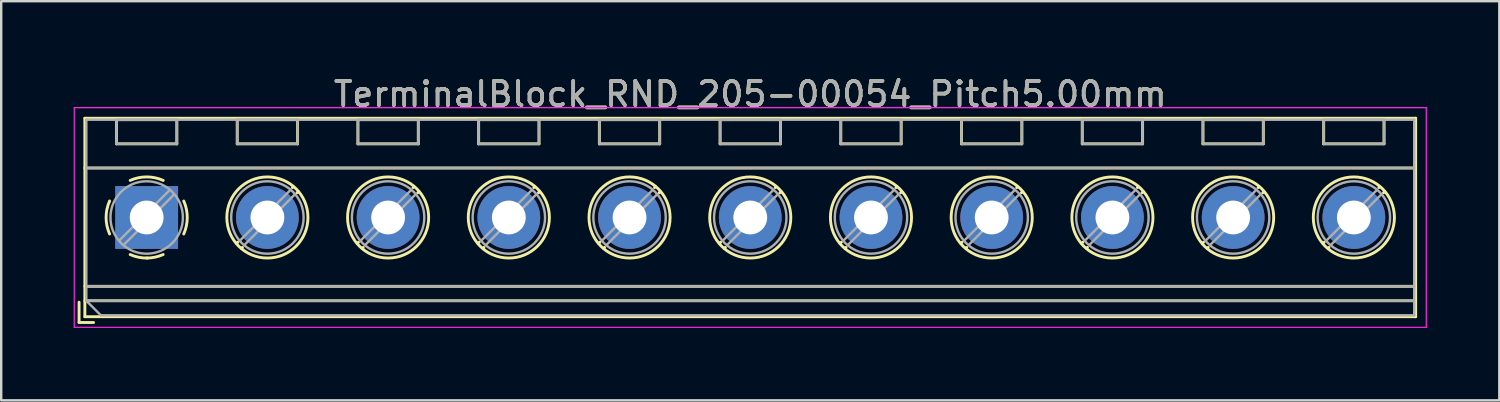
<source format=kicad_pcb>
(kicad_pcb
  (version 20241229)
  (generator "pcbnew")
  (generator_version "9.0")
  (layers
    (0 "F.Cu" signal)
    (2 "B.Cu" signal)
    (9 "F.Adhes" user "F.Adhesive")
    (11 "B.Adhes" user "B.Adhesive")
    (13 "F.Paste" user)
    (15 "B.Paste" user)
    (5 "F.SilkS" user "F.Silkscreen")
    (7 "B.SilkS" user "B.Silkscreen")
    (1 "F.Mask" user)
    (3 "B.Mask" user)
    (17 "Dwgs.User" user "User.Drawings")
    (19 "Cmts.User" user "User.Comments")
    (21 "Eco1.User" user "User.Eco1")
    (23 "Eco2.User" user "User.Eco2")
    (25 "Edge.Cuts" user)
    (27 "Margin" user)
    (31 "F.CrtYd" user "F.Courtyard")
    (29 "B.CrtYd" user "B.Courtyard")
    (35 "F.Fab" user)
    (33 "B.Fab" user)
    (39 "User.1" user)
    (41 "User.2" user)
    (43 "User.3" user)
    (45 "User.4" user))
  (footprint "TerminalBlock_RND_205-00054_Pitch5.00mm"
    (layer "F.Cu")
    (at 3.025 5.958)
    (property "Reference" "TerminalBlock_RND_205-00054_Pitch5.00mm" (at 25 -5.11 0) (layer "F.SilkS") (effects (font (size 1 1) (thickness 0.15))))
    (attr through_hole)
    (fp_line (start -2.8 3.51) (end -2.8 4.35) (stroke (width 0.12) (type solid)) (layer "F.SilkS"))
    (fp_line (start -2.8 4.35) (end -2.2 4.35) (stroke (width 0.12) (type solid)) (layer "F.SilkS"))
    (fp_line (start -2.56 -4.11) (end -2.56 4.11) (stroke (width 0.12) (type solid)) (layer "F.SilkS"))
    (fp_line (start -2.56 -2.05) (end 52.56 -2.05) (stroke (width 0.12) (type solid)) (layer "F.SilkS"))
    (fp_line (start -2.56 2.85) (end 52.56 2.85) (stroke (width 0.12) (type solid)) (layer "F.SilkS"))
    (fp_line (start -2.56 3.45) (end 52.56 3.45) (stroke (width 0.12) (type solid)) (layer "F.SilkS"))
    (fp_line (start -2.56 4.11) (end 52.56 4.11) (stroke (width 0.12) (type solid)) (layer "F.SilkS"))
    (fp_line (start -1.25 -4.05) (end -1.25 -3.05) (stroke (width 0.12) (type solid)) (layer "F.SilkS"))
    (fp_line (start -1.25 -4.05) (end 1.25 -4.05) (stroke (width 0.12) (type solid)) (layer "F.SilkS"))
    (fp_line (start -1.25 -3.05) (end 1.25 -3.05) (stroke (width 0.12) (type solid)) (layer "F.SilkS"))
    (fp_line (start 1.25 -4.05) (end 1.25 -3.05) (stroke (width 0.12) (type solid)) (layer "F.SilkS"))
    (fp_line (start 3.75 -4.05) (end 3.75 -3.05) (stroke (width 0.12) (type solid)) (layer "F.SilkS"))
    (fp_line (start 3.75 -4.05) (end 6.25 -4.05) (stroke (width 0.12) (type solid)) (layer "F.SilkS"))
    (fp_line (start 3.75 -3.05) (end 6.25 -3.05) (stroke (width 0.12) (type solid)) (layer "F.SilkS"))
    (fp_line (start 3.773 1.023) (end 3.726 1.069) (stroke (width 0.12) (type solid)) (layer "F.SilkS"))
    (fp_line (start 3.966 1.239) (end 3.931 1.274) (stroke (width 0.12) (type solid)) (layer "F.SilkS"))
    (fp_line (start 6.07 -1.275) (end 6.035 -1.239) (stroke (width 0.12) (type solid)) (layer "F.SilkS"))
    (fp_line (start 6.25 -4.05) (end 6.25 -3.05) (stroke (width 0.12) (type solid)) (layer "F.SilkS"))
    (fp_line (start 6.275 -1.069) (end 6.228 -1.023) (stroke (width 0.12) (type solid)) (layer "F.SilkS"))
    (fp_line (start 8.75 -4.05) (end 8.75 -3.05) (stroke (width 0.12) (type solid)) (layer "F.SilkS"))
    (fp_line (start 8.75 -4.05) (end 11.25 -4.05) (stroke (width 0.12) (type solid)) (layer "F.SilkS"))
    (fp_line (start 8.75 -3.05) (end 11.25 -3.05) (stroke (width 0.12) (type solid)) (layer "F.SilkS"))
    (fp_line (start 8.773 1.023) (end 8.726 1.069) (stroke (width 0.12) (type solid)) (layer "F.SilkS"))
    (fp_line (start 8.966 1.239) (end 8.931 1.274) (stroke (width 0.12) (type solid)) (layer "F.SilkS"))
    (fp_line (start 11.07 -1.275) (end 11.035 -1.239) (stroke (width 0.12) (type solid)) (layer "F.SilkS"))
    (fp_line (start 11.25 -4.05) (end 11.25 -3.05) (stroke (width 0.12) (type solid)) (layer "F.SilkS"))
    (fp_line (start 11.275 -1.069) (end 11.228 -1.023) (stroke (width 0.12) (type solid)) (layer "F.SilkS"))
    (fp_line (start 13.75 -4.05) (end 13.75 -3.05) (stroke (width 0.12) (type solid)) (layer "F.SilkS"))
    (fp_line (start 13.75 -4.05) (end 16.25 -4.05) (stroke (width 0.12) (type solid)) (layer "F.SilkS"))
    (fp_line (start 13.75 -3.05) (end 16.25 -3.05) (stroke (width 0.12) (type solid)) (layer "F.SilkS"))
    (fp_line (start 13.773 1.023) (end 13.726 1.069) (stroke (width 0.12) (type solid)) (layer "F.SilkS"))
    (fp_line (start 13.966 1.239) (end 13.931 1.274) (stroke (width 0.12) (type solid)) (layer "F.SilkS"))
    (fp_line (start 16.07 -1.275) (end 16.035 -1.239) (stroke (width 0.12) (type solid)) (layer "F.SilkS"))
    (fp_line (start 16.25 -4.05) (end 16.25 -3.05) (stroke (width 0.12) (type solid)) (layer "F.SilkS"))
    (fp_line (start 16.275 -1.069) (end 16.228 -1.023) (stroke (width 0.12) (type solid)) (layer "F.SilkS"))
    (fp_line (start 18.75 -4.05) (end 18.75 -3.05) (stroke (width 0.12) (type solid)) (layer "F.SilkS"))
    (fp_line (start 18.75 -4.05) (end 21.25 -4.05) (stroke (width 0.12) (type solid)) (layer "F.SilkS"))
    (fp_line (start 18.75 -3.05) (end 21.25 -3.05) (stroke (width 0.12) (type solid)) (layer "F.SilkS"))
    (fp_line (start 18.773 1.023) (end 18.726 1.069) (stroke (width 0.12) (type solid)) (layer "F.SilkS"))
    (fp_line (start 18.966 1.239) (end 18.931 1.274) (stroke (width 0.12) (type solid)) (layer "F.SilkS"))
    (fp_line (start 21.07 -1.275) (end 21.035 -1.239) (stroke (width 0.12) (type solid)) (layer "F.SilkS"))
    (fp_line (start 21.25 -4.05) (end 21.25 -3.05) (stroke (width 0.12) (type solid)) (layer "F.SilkS"))
    (fp_line (start 21.275 -1.069) (end 21.228 -1.023) (stroke (width 0.12) (type solid)) (layer "F.SilkS"))
    (fp_line (start 23.75 -4.05) (end 23.75 -3.05) (stroke (width 0.12) (type solid)) (layer "F.SilkS"))
    (fp_line (start 23.75 -4.05) (end 26.25 -4.05) (stroke (width 0.12) (type solid)) (layer "F.SilkS"))
    (fp_line (start 23.75 -3.05) (end 26.25 -3.05) (stroke (width 0.12) (type solid)) (layer "F.SilkS"))
    (fp_line (start 23.773 1.023) (end 23.726 1.069) (stroke (width 0.12) (type solid)) (layer "F.SilkS"))
    (fp_line (start 23.966 1.239) (end 23.931 1.274) (stroke (width 0.12) (type solid)) (layer "F.SilkS"))
    (fp_line (start 26.07 -1.275) (end 26.035 -1.239) (stroke (width 0.12) (type solid)) (layer "F.SilkS"))
    (fp_line (start 26.25 -4.05) (end 26.25 -3.05) (stroke (width 0.12) (type solid)) (layer "F.SilkS"))
    (fp_line (start 26.275 -1.069) (end 26.228 -1.023) (stroke (width 0.12) (type solid)) (layer "F.SilkS"))
    (fp_line (start 28.75 -4.05) (end 28.75 -3.05) (stroke (width 0.12) (type solid)) (layer "F.SilkS"))
    (fp_line (start 28.75 -4.05) (end 31.25 -4.05) (stroke (width 0.12) (type solid)) (layer "F.SilkS"))
    (fp_line (start 28.75 -3.05) (end 31.25 -3.05) (stroke (width 0.12) (type solid)) (layer "F.SilkS"))
    (fp_line (start 28.773 1.023) (end 28.726 1.069) (stroke (width 0.12) (type solid)) (layer "F.SilkS"))
    (fp_line (start 28.966 1.239) (end 28.931 1.274) (stroke (width 0.12) (type solid)) (layer "F.SilkS"))
    (fp_line (start 31.07 -1.275) (end 31.035 -1.239) (stroke (width 0.12) (type solid)) (layer "F.SilkS"))
    (fp_line (start 31.25 -4.05) (end 31.25 -3.05) (stroke (width 0.12) (type solid)) (layer "F.SilkS"))
    (fp_line (start 31.275 -1.069) (end 31.228 -1.023) (stroke (width 0.12) (type solid)) (layer "F.SilkS"))
    (fp_line (start 33.75 -4.05) (end 33.75 -3.05) (stroke (width 0.12) (type solid)) (layer "F.SilkS"))
    (fp_line (start 33.75 -4.05) (end 36.25 -4.05) (stroke (width 0.12) (type solid)) (layer "F.SilkS"))
    (fp_line (start 33.75 -3.05) (end 36.25 -3.05) (stroke (width 0.12) (type solid)) (layer "F.SilkS"))
    (fp_line (start 33.773 1.023) (end 33.726 1.069) (stroke (width 0.12) (type solid)) (layer "F.SilkS"))
    (fp_line (start 33.966 1.239) (end 33.931 1.274) (stroke (width 0.12) (type solid)) (layer "F.SilkS"))
    (fp_line (start 36.07 -1.275) (end 36.035 -1.239) (stroke (width 0.12) (type solid)) (layer "F.SilkS"))
    (fp_line (start 36.25 -4.05) (end 36.25 -3.05) (stroke (width 0.12) (type solid)) (layer "F.SilkS"))
    (fp_line (start 36.275 -1.069) (end 36.228 -1.023) (stroke (width 0.12) (type solid)) (layer "F.SilkS"))
    (fp_line (start 38.75 -4.05) (end 38.75 -3.05) (stroke (width 0.12) (type solid)) (layer "F.SilkS"))
    (fp_line (start 38.75 -4.05) (end 41.25 -4.05) (stroke (width 0.12) (type solid)) (layer "F.SilkS"))
    (fp_line (start 38.75 -3.05) (end 41.25 -3.05) (stroke (width 0.12) (type solid)) (layer "F.SilkS"))
    (fp_line (start 38.773 1.023) (end 38.726 1.069) (stroke (width 0.12) (type solid)) (layer "F.SilkS"))
    (fp_line (start 38.966 1.239) (end 38.931 1.274) (stroke (width 0.12) (type solid)) (layer "F.SilkS"))
    (fp_line (start 41.07 -1.275) (end 41.035 -1.239) (stroke (width 0.12) (type solid)) (layer "F.SilkS"))
    (fp_line (start 41.25 -4.05) (end 41.25 -3.05) (stroke (width 0.12) (type solid)) (layer "F.SilkS"))
    (fp_line (start 41.275 -1.069) (end 41.228 -1.023) (stroke (width 0.12) (type solid)) (layer "F.SilkS"))
    (fp_line (start 43.75 -4.05) (end 43.75 -3.05) (stroke (width 0.12) (type solid)) (layer "F.SilkS"))
    (fp_line (start 43.75 -4.05) (end 46.25 -4.05) (stroke (width 0.12) (type solid)) (layer "F.SilkS"))
    (fp_line (start 43.75 -3.05) (end 46.25 -3.05) (stroke (width 0.12) (type solid)) (layer "F.SilkS"))
    (fp_line (start 43.773 1.023) (end 43.726 1.069) (stroke (width 0.12) (type solid)) (layer "F.SilkS"))
    (fp_line (start 43.966 1.239) (end 43.931 1.274) (stroke (width 0.12) (type solid)) (layer "F.SilkS"))
    (fp_line (start 46.07 -1.275) (end 46.035 -1.239) (stroke (width 0.12) (type solid)) (layer "F.SilkS"))
    (fp_line (start 46.25 -4.05) (end 46.25 -3.05) (stroke (width 0.12) (type solid)) (layer "F.SilkS"))
    (fp_line (start 46.275 -1.069) (end 46.228 -1.023) (stroke (width 0.12) (type solid)) (layer "F.SilkS"))
    (fp_line (start 48.75 -4.05) (end 48.75 -3.05) (stroke (width 0.12) (type solid)) (layer "F.SilkS"))
    (fp_line (start 48.75 -4.05) (end 51.25 -4.05) (stroke (width 0.12) (type solid)) (layer "F.SilkS"))
    (fp_line (start 48.75 -3.05) (end 51.25 -3.05) (stroke (width 0.12) (type solid)) (layer "F.SilkS"))
    (fp_line (start 48.773 1.023) (end 48.726 1.069) (stroke (width 0.12) (type solid)) (layer "F.SilkS"))
    (fp_line (start 48.966 1.239) (end 48.931 1.274) (stroke (width 0.12) (type solid)) (layer "F.SilkS"))
    (fp_line (start 51.07 -1.275) (end 51.035 -1.239) (stroke (width 0.12) (type solid)) (layer "F.SilkS"))
    (fp_line (start 51.25 -4.05) (end 51.25 -3.05) (stroke (width 0.12) (type solid)) (layer "F.SilkS"))
    (fp_line (start 51.275 -1.069) (end 51.228 -1.023) (stroke (width 0.12) (type solid)) (layer "F.SilkS"))
    (fp_line (start 52.56 -4.11) (end -2.56 -4.11) (stroke (width 0.12) (type solid)) (layer "F.SilkS"))
    (fp_line (start 52.56 4.11) (end 52.56 -4.11) (stroke (width 0.12) (type solid)) (layer "F.SilkS"))
    (fp_arc (start -1.535427 0.683042) (mid -1.680501 -0.000524) (end -1.535 -0.684) (stroke (width 0.12) (type solid)) (layer "F.SilkS"))
    (fp_arc (start -0.683042 -1.535427) (mid 0.000524 -1.680501) (end 0.684 -1.535) (stroke (width 0.12) (type solid)) (layer "F.SilkS"))
    (fp_arc (start 0.028805 1.680253) (mid -0.335551 1.646659) (end -0.684 1.535) (stroke (width 0.12) (type solid)) (layer "F.SilkS"))
    (fp_arc (start 0.683318 1.534756) (mid 0.349292 1.643288) (end 0 1.68) (stroke (width 0.12) (type solid)) (layer "F.SilkS"))
    (fp_arc (start 1.535427 -0.683042) (mid 1.680501 0.000524) (end 1.535 0.684) (stroke (width 0.12) (type solid)) (layer "F.SilkS"))
    (fp_circle (center 5 0) (end 6.68 0) (stroke (width 0.12) (type solid)) (fill no) (layer "F.SilkS"))
    (fp_circle (center 10 0) (end 11.68 0) (stroke (width 0.12) (type solid)) (fill no) (layer "F.SilkS"))
    (fp_circle (center 15 0) (end 16.68 0) (stroke (width 0.12) (type solid)) (fill no) (layer "F.SilkS"))
    (fp_circle (center 20 0) (end 21.68 0) (stroke (width 0.12) (type solid)) (fill no) (layer "F.SilkS"))
    (fp_circle (center 25 0) (end 26.68 0) (stroke (width 0.12) (type solid)) (fill no) (layer "F.SilkS"))
    (fp_circle (center 30 0) (end 31.68 0) (stroke (width 0.12) (type solid)) (fill no) (layer "F.SilkS"))
    (fp_circle (center 35 0) (end 36.68 0) (stroke (width 0.12) (type solid)) (fill no) (layer "F.SilkS"))
    (fp_circle (center 40 0) (end 41.68 0) (stroke (width 0.12) (type solid)) (fill no) (layer "F.SilkS"))
    (fp_circle (center 45 0) (end 46.68 0) (stroke (width 0.12) (type solid)) (fill no) (layer "F.SilkS"))
    (fp_circle (center 50 0) (end 51.68 0) (stroke (width 0.12) (type solid)) (fill no) (layer "F.SilkS"))
    (fp_line (start -3 -4.55) (end -3 4.55) (stroke (width 0.05) (type solid)) (layer "F.CrtYd"))
    (fp_line (start -3 4.55) (end 53 4.55) (stroke (width 0.05) (type solid)) (layer "F.CrtYd"))
    (fp_line (start 53 -4.55) (end -3 -4.55) (stroke (width 0.05) (type solid)) (layer "F.CrtYd"))
    (fp_line (start 53 4.55) (end 53 -4.55) (stroke (width 0.05) (type solid)) (layer "F.CrtYd"))
    (fp_line (start -2.5 -4.05) (end 52.5 -4.05) (stroke (width 0.1) (type solid)) (layer "F.Fab"))
    (fp_line (start -2.5 -2.05) (end 52.5 -2.05) (stroke (width 0.1) (type solid)) (layer "F.Fab"))
    (fp_line (start -2.5 2.85) (end 52.5 2.85) (stroke (width 0.1) (type solid)) (layer "F.Fab"))
    (fp_line (start -2.5 3.45) (end -2.5 -4.05) (stroke (width 0.1) (type solid)) (layer "F.Fab"))
    (fp_line (start -2.5 3.45) (end 52.5 3.45) (stroke (width 0.1) (type solid)) (layer "F.Fab"))
    (fp_line (start -1.9 4.05) (end -2.5 3.45) (stroke (width 0.1) (type solid)) (layer "F.Fab"))
    (fp_line (start -1.25 -4.05) (end -1.25 -3.05) (stroke (width 0.1) (type solid)) (layer "F.Fab"))
    (fp_line (start -1.25 -3.05) (end 1.25 -3.05) (stroke (width 0.1) (type solid)) (layer "F.Fab"))
    (fp_line (start 0.955 -1.138) (end -1.138 0.955) (stroke (width 0.1) (type solid)) (layer "F.Fab"))
    (fp_line (start 1.138 -0.955) (end -0.955 1.138) (stroke (width 0.1) (type solid)) (layer "F.Fab"))
    (fp_line (start 1.25 -4.05) (end -1.25 -4.05) (stroke (width 0.1) (type solid)) (layer "F.Fab"))
    (fp_line (start 1.25 -3.05) (end 1.25 -4.05) (stroke (width 0.1) (type solid)) (layer "F.Fab"))
    (fp_line (start 3.75 -4.05) (end 3.75 -3.05) (stroke (width 0.1) (type solid)) (layer "F.Fab"))
    (fp_line (start 3.75 -3.05) (end 6.25 -3.05) (stroke (width 0.1) (type solid)) (layer "F.Fab"))
    (fp_line (start 5.955 -1.138) (end 3.863 0.955) (stroke (width 0.1) (type solid)) (layer "F.Fab"))
    (fp_line (start 6.138 -0.955) (end 4.046 1.138) (stroke (width 0.1) (type solid)) (layer "F.Fab"))
    (fp_line (start 6.25 -4.05) (end 3.75 -4.05) (stroke (width 0.1) (type solid)) (layer "F.Fab"))
    (fp_line (start 6.25 -3.05) (end 6.25 -4.05) (stroke (width 0.1) (type solid)) (layer "F.Fab"))
    (fp_line (start 8.75 -4.05) (end 8.75 -3.05) (stroke (width 0.1) (type solid)) (layer "F.Fab"))
    (fp_line (start 8.75 -3.05) (end 11.25 -3.05) (stroke (width 0.1) (type solid)) (layer "F.Fab"))
    (fp_line (start 10.955 -1.138) (end 8.863 0.955) (stroke (width 0.1) (type solid)) (layer "F.Fab"))
    (fp_line (start 11.138 -0.955) (end 9.046 1.138) (stroke (width 0.1) (type solid)) (layer "F.Fab"))
    (fp_line (start 11.25 -4.05) (end 8.75 -4.05) (stroke (width 0.1) (type solid)) (layer "F.Fab"))
    (fp_line (start 11.25 -3.05) (end 11.25 -4.05) (stroke (width 0.1) (type solid)) (layer "F.Fab"))
    (fp_line (start 13.75 -4.05) (end 13.75 -3.05) (stroke (width 0.1) (type solid)) (layer "F.Fab"))
    (fp_line (start 13.75 -3.05) (end 16.25 -3.05) (stroke (width 0.1) (type solid)) (layer "F.Fab"))
    (fp_line (start 15.955 -1.138) (end 13.863 0.955) (stroke (width 0.1) (type solid)) (layer "F.Fab"))
    (fp_line (start 16.138 -0.955) (end 14.046 1.138) (stroke (width 0.1) (type solid)) (layer "F.Fab"))
    (fp_line (start 16.25 -4.05) (end 13.75 -4.05) (stroke (width 0.1) (type solid)) (layer "F.Fab"))
    (fp_line (start 16.25 -3.05) (end 16.25 -4.05) (stroke (width 0.1) (type solid)) (layer "F.Fab"))
    (fp_line (start 18.75 -4.05) (end 18.75 -3.05) (stroke (width 0.1) (type solid)) (layer "F.Fab"))
    (fp_line (start 18.75 -3.05) (end 21.25 -3.05) (stroke (width 0.1) (type solid)) (layer "F.Fab"))
    (fp_line (start 20.955 -1.138) (end 18.863 0.955) (stroke (width 0.1) (type solid)) (layer "F.Fab"))
    (fp_line (start 21.138 -0.955) (end 19.046 1.138) (stroke (width 0.1) (type solid)) (layer "F.Fab"))
    (fp_line (start 21.25 -4.05) (end 18.75 -4.05) (stroke (width 0.1) (type solid)) (layer "F.Fab"))
    (fp_line (start 21.25 -3.05) (end 21.25 -4.05) (stroke (width 0.1) (type solid)) (layer "F.Fab"))
    (fp_line (start 23.75 -4.05) (end 23.75 -3.05) (stroke (width 0.1) (type solid)) (layer "F.Fab"))
    (fp_line (start 23.75 -3.05) (end 26.25 -3.05) (stroke (width 0.1) (type solid)) (layer "F.Fab"))
    (fp_line (start 25.955 -1.138) (end 23.863 0.955) (stroke (width 0.1) (type solid)) (layer "F.Fab"))
    (fp_line (start 26.138 -0.955) (end 24.046 1.138) (stroke (width 0.1) (type solid)) (layer "F.Fab"))
    (fp_line (start 26.25 -4.05) (end 23.75 -4.05) (stroke (width 0.1) (type solid)) (layer "F.Fab"))
    (fp_line (start 26.25 -3.05) (end 26.25 -4.05) (stroke (width 0.1) (type solid)) (layer "F.Fab"))
    (fp_line (start 28.75 -4.05) (end 28.75 -3.05) (stroke (width 0.1) (type solid)) (layer "F.Fab"))
    (fp_line (start 28.75 -3.05) (end 31.25 -3.05) (stroke (width 0.1) (type solid)) (layer "F.Fab"))
    (fp_line (start 30.955 -1.138) (end 28.863 0.955) (stroke (width 0.1) (type solid)) (layer "F.Fab"))
    (fp_line (start 31.138 -0.955) (end 29.046 1.138) (stroke (width 0.1) (type solid)) (layer "F.Fab"))
    (fp_line (start 31.25 -4.05) (end 28.75 -4.05) (stroke (width 0.1) (type solid)) (layer "F.Fab"))
    (fp_line (start 31.25 -3.05) (end 31.25 -4.05) (stroke (width 0.1) (type solid)) (layer "F.Fab"))
    (fp_line (start 33.75 -4.05) (end 33.75 -3.05) (stroke (width 0.1) (type solid)) (layer "F.Fab"))
    (fp_line (start 33.75 -3.05) (end 36.25 -3.05) (stroke (width 0.1) (type solid)) (layer "F.Fab"))
    (fp_line (start 35.955 -1.138) (end 33.863 0.955) (stroke (width 0.1) (type solid)) (layer "F.Fab"))
    (fp_line (start 36.138 -0.955) (end 34.046 1.138) (stroke (width 0.1) (type solid)) (layer "F.Fab"))
    (fp_line (start 36.25 -4.05) (end 33.75 -4.05) (stroke (width 0.1) (type solid)) (layer "F.Fab"))
    (fp_line (start 36.25 -3.05) (end 36.25 -4.05) (stroke (width 0.1) (type solid)) (layer "F.Fab"))
    (fp_line (start 38.75 -4.05) (end 38.75 -3.05) (stroke (width 0.1) (type solid)) (layer "F.Fab"))
    (fp_line (start 38.75 -3.05) (end 41.25 -3.05) (stroke (width 0.1) (type solid)) (layer "F.Fab"))
    (fp_line (start 40.955 -1.138) (end 38.863 0.955) (stroke (width 0.1) (type solid)) (layer "F.Fab"))
    (fp_line (start 41.138 -0.955) (end 39.046 1.138) (stroke (width 0.1) (type solid)) (layer "F.Fab"))
    (fp_line (start 41.25 -4.05) (end 38.75 -4.05) (stroke (width 0.1) (type solid)) (layer "F.Fab"))
    (fp_line (start 41.25 -3.05) (end 41.25 -4.05) (stroke (width 0.1) (type solid)) (layer "F.Fab"))
    (fp_line (start 43.75 -4.05) (end 43.75 -3.05) (stroke (width 0.1) (type solid)) (layer "F.Fab"))
    (fp_line (start 43.75 -3.05) (end 46.25 -3.05) (stroke (width 0.1) (type solid)) (layer "F.Fab"))
    (fp_line (start 45.955 -1.138) (end 43.863 0.955) (stroke (width 0.1) (type solid)) (layer "F.Fab"))
    (fp_line (start 46.138 -0.955) (end 44.046 1.138) (stroke (width 0.1) (type solid)) (layer "F.Fab"))
    (fp_line (start 46.25 -4.05) (end 43.75 -4.05) (stroke (width 0.1) (type solid)) (layer "F.Fab"))
    (fp_line (start 46.25 -3.05) (end 46.25 -4.05) (stroke (width 0.1) (type solid)) (layer "F.Fab"))
    (fp_line (start 48.75 -4.05) (end 48.75 -3.05) (stroke (width 0.1) (type solid)) (layer "F.Fab"))
    (fp_line (start 48.75 -3.05) (end 51.25 -3.05) (stroke (width 0.1) (type solid)) (layer "F.Fab"))
    (fp_line (start 50.955 -1.138) (end 48.863 0.955) (stroke (width 0.1) (type solid)) (layer "F.Fab"))
    (fp_line (start 51.138 -0.955) (end 49.046 1.138) (stroke (width 0.1) (type solid)) (layer "F.Fab"))
    (fp_line (start 51.25 -4.05) (end 48.75 -4.05) (stroke (width 0.1) (type solid)) (layer "F.Fab"))
    (fp_line (start 51.25 -3.05) (end 51.25 -4.05) (stroke (width 0.1) (type solid)) (layer "F.Fab"))
    (fp_line (start 52.5 -4.05) (end 52.5 4.05) (stroke (width 0.1) (type solid)) (layer "F.Fab"))
    (fp_line (start 52.5 4.05) (end -1.9 4.05) (stroke (width 0.1) (type solid)) (layer "F.Fab"))
    (fp_circle (center 0 0) (end 1.5 0) (stroke (width 0.1) (type solid)) (fill no) (layer "F.Fab"))
    (fp_circle (center 5 0) (end 6.5 0) (stroke (width 0.1) (type solid)) (fill no) (layer "F.Fab"))
    (fp_circle (center 10 0) (end 11.5 0) (stroke (width 0.1) (type solid)) (fill no) (layer "F.Fab"))
    (fp_circle (center 15 0) (end 16.5 0) (stroke (width 0.1) (type solid)) (fill no) (layer "F.Fab"))
    (fp_circle (center 20 0) (end 21.5 0) (stroke (width 0.1) (type solid)) (fill no) (layer "F.Fab"))
    (fp_circle (center 25 0) (end 26.5 0) (stroke (width 0.1) (type solid)) (fill no) (layer "F.Fab"))
    (fp_circle (center 30 0) (end 31.5 0) (stroke (width 0.1) (type solid)) (fill no) (layer "F.Fab"))
    (fp_circle (center 35 0) (end 36.5 0) (stroke (width 0.1) (type solid)) (fill no) (layer "F.Fab"))
    (fp_circle (center 40 0) (end 41.5 0) (stroke (width 0.1) (type solid)) (fill no) (layer "F.Fab"))
    (fp_circle (center 45 0) (end 46.5 0) (stroke (width 0.1) (type solid)) (fill no) (layer "F.Fab"))
    (fp_circle (center 50 0) (end 51.5 0) (stroke (width 0.1) (type solid)) (fill no) (layer "F.Fab"))
    (fp_text user "${REFERENCE}" (at 25 -5.11 0) (layer "F.Fab") (effects (font (size 1 1) (thickness 0.15))))
    (pad "1" thru_hole rect (at 0 0) (size 2.6 2.6) (drill 1.4) (layers "*.Cu" "*.Mask"))
    (pad "2" thru_hole circle (at 5 0) (size 2.6 2.6) (drill 1.4) (layers "*.Cu" "*.Mask"))
    (pad "3" thru_hole circle (at 10 0) (size 2.6 2.6) (drill 1.4) (layers "*.Cu" "*.Mask"))
    (pad "4" thru_hole circle (at 15 0) (size 2.6 2.6) (drill 1.4) (layers "*.Cu" "*.Mask"))
    (pad "5" thru_hole circle (at 20 0) (size 2.6 2.6) (drill 1.4) (layers "*.Cu" "*.Mask"))
    (pad "6" thru_hole circle (at 25 0) (size 2.6 2.6) (drill 1.4) (layers "*.Cu" "*.Mask"))
    (pad "7" thru_hole circle (at 30 0) (size 2.6 2.6) (drill 1.4) (layers "*.Cu" "*.Mask"))
    (pad "8" thru_hole circle (at 35 0) (size 2.6 2.6) (drill 1.4) (layers "*.Cu" "*.Mask"))
    (pad "9" thru_hole circle (at 40 0) (size 2.6 2.6) (drill 1.4) (layers "*.Cu" "*.Mask"))
    (pad "10" thru_hole circle (at 45 0) (size 2.6 2.6) (drill 1.4) (layers "*.Cu" "*.Mask"))
    (pad "11" thru_hole circle (at 50 0) (size 2.6 2.6) (drill 1.4) (layers "*.Cu" "*.Mask")))
  (gr_rect
    (start -3 -3)
    (end 59.05 13.533)
    (stroke (width 0.1) (type default))
    (fill no)
    (layer "Edge.Cuts")))
</source>
